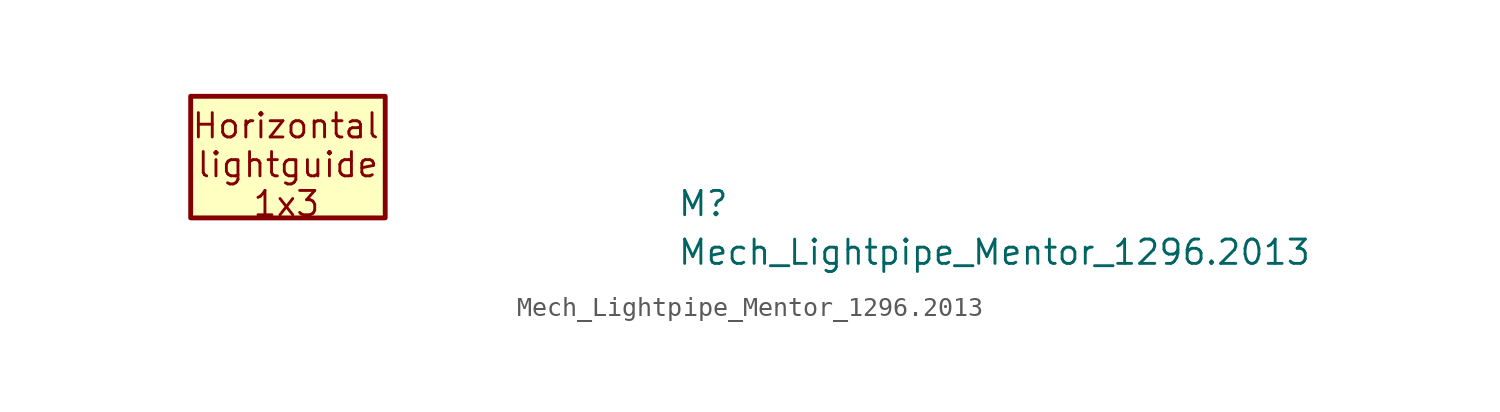
<source format=kicad_sym>
(kicad_symbol_lib
  (version 20211014)
  (generator kicad_symbol_editor)
  (symbol "Mech_Lightpipe_Mentor_1296.2013"
    (property "Reference" "M"
      (at 20.32 -2.54 0)
      (effects (font (size 1.27 1.27) (thickness 0.15)) (justify left bottom)))
    (property "Value" "Mech_Lightpipe_Mentor_1296.2013"
      (at 20.32 -5.08 0)
      (effects (font (size 1.27 1.27) (thickness 0.15)) (justify left bottom)))
    (symbol "Mech_Lightpipe_Mentor_1296.2013_1_1"
      (rectangle (start 5.08 -2.54) (end -5.08 3.81) (stroke (width 0.254) (type default) (color 0 0 0 0)) (fill (type background)))
      (text "1x3" (at -1.905 -2.54 0) (effects (font (size 1.27 1.27) (thickness 0.15)) (justify left bottom)))
      (text "Horizontal" (at -5.08 1.524 0) (effects (font (size 1.27 1.27) (thickness 0.15)) (justify left bottom)))
      (text "lightguide" (at -4.826 -0.508 0) (effects (font (size 1.27 1.27) (thickness 0.15)) (justify left bottom))))))
</source>
